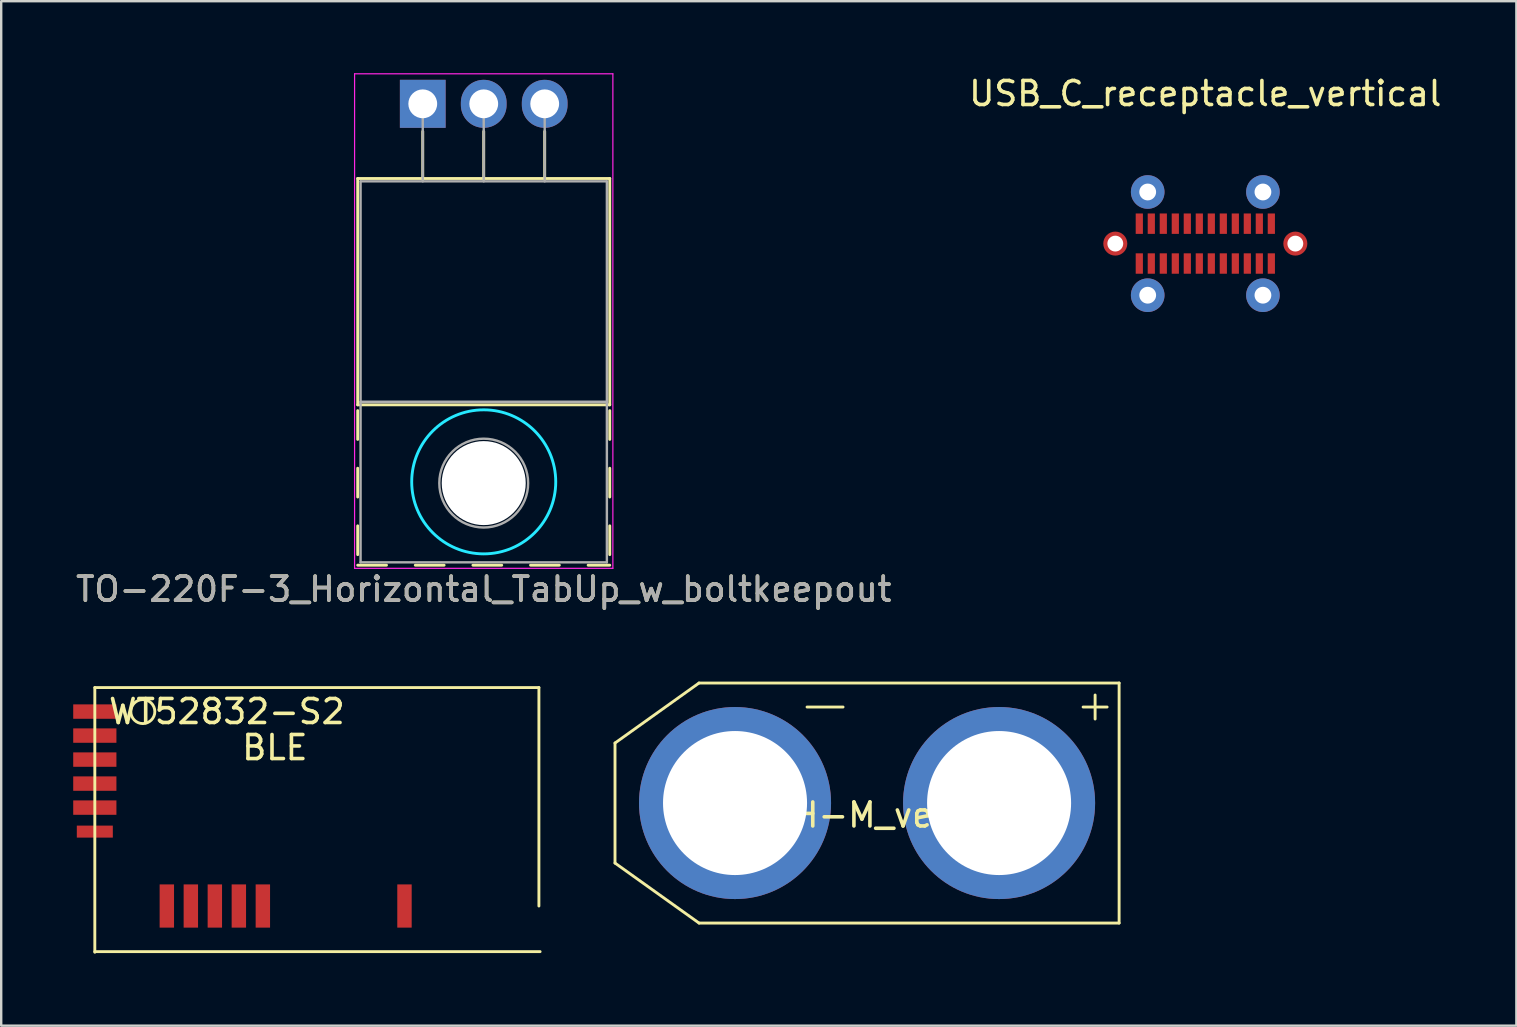
<source format=kicad_pcb>
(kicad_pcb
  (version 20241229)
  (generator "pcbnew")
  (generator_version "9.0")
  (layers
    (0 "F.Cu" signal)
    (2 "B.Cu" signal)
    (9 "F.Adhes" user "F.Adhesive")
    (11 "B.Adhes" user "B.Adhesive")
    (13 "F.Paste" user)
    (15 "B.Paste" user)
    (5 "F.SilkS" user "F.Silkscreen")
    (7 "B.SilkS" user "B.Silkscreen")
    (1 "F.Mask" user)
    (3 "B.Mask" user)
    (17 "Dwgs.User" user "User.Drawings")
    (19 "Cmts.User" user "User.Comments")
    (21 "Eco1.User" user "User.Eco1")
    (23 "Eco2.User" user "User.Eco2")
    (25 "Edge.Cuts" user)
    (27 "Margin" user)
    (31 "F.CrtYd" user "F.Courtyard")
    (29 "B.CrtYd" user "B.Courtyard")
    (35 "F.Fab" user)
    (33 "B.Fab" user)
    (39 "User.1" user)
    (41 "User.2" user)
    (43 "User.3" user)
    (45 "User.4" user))
  (footprint "USB_C_receptacle_vertical"
    (layer "F.Cu")
    (at 47.161 7.098)
    (property "Reference" "USB_C_receptacle_vertical" (at 0 -6.25 0) (layer "F.SilkS") (effects (font (size 1 1) (thickness 0.15))))
    (attr through_hole)
    (pad "" np_thru_hole circle (at -3.75 0) (size 1 1) (drill 0.66) (layers "F.Cu"))
    (pad "" np_thru_hole circle (at 3.75 0 180) (size 1 1) (drill 0.66) (layers "F.Cu"))
    (pad "A1" smd rect (at -2.75 -0.83) (size 0.3 0.85) (layers "F.Cu" "F.Mask" "F.Paste"))
    (pad "A2" smd rect (at -2.25 -0.83) (size 0.3 0.85) (layers "F.Cu" "F.Mask" "F.Paste"))
    (pad "A3" smd rect (at -1.75 -0.83) (size 0.3 0.85) (layers "F.Cu" "F.Mask" "F.Paste"))
    (pad "A4" smd rect (at -1.25 -0.83) (size 0.3 0.85) (layers "F.Cu" "F.Mask" "F.Paste"))
    (pad "A5" smd rect (at -0.75 -0.83) (size 0.3 0.85) (layers "F.Cu" "F.Mask" "F.Paste"))
    (pad "A6" smd rect (at -0.25 -0.83) (size 0.3 0.85) (layers "F.Cu" "F.Mask" "F.Paste"))
    (pad "A7" smd rect (at 0.25 -0.83) (size 0.3 0.85) (layers "F.Cu" "F.Mask" "F.Paste"))
    (pad "A8" smd rect (at 0.75 -0.83) (size 0.3 0.85) (layers "F.Cu" "F.Mask" "F.Paste"))
    (pad "A9" smd rect (at 1.25 -0.83) (size 0.3 0.85) (layers "F.Cu" "F.Mask" "F.Paste"))
    (pad "A10" smd rect (at 1.75 -0.83) (size 0.3 0.85) (layers "F.Cu" "F.Mask" "F.Paste"))
    (pad "A11" smd rect (at 2.25 -0.83) (size 0.3 0.85) (layers "F.Cu" "F.Mask" "F.Paste"))
    (pad "A12" smd rect (at 2.75 -0.83) (size 0.3 0.85) (layers "F.Cu" "F.Mask" "F.Paste"))
    (pad "B1" smd rect (at 2.75 0.83 180) (size 0.3 0.85) (layers "F.Cu" "F.Mask" "F.Paste"))
    (pad "B2" smd rect (at 2.25 0.83 180) (size 0.3 0.85) (layers "F.Cu" "F.Mask" "F.Paste"))
    (pad "B3" smd rect (at 1.75 0.83 180) (size 0.3 0.85) (layers "F.Cu" "F.Mask" "F.Paste"))
    (pad "B4" smd rect (at 1.25 0.83 180) (size 0.3 0.85) (layers "F.Cu" "F.Mask" "F.Paste"))
    (pad "B5" smd rect (at 0.75 0.83 180) (size 0.3 0.85) (layers "F.Cu" "F.Mask" "F.Paste"))
    (pad "B6" smd rect (at 0.25 0.83 180) (size 0.3 0.85) (layers "F.Cu" "F.Mask" "F.Paste"))
    (pad "B7" smd rect (at -0.25 0.83 180) (size 0.3 0.85) (layers "F.Cu" "F.Mask" "F.Paste"))
    (pad "B8" smd rect (at -0.75 0.83 180) (size 0.3 0.85) (layers "F.Cu" "F.Mask" "F.Paste"))
    (pad "B9" smd rect (at -1.25 0.83 180) (size 0.3 0.85) (layers "F.Cu" "F.Mask" "F.Paste"))
    (pad "B10" smd rect (at -1.75 0.83 180) (size 0.3 0.85) (layers "F.Cu" "F.Mask" "F.Paste"))
    (pad "B11" smd rect (at -2.25 0.83 180) (size 0.3 0.85) (layers "F.Cu" "F.Mask" "F.Paste"))
    (pad "B12" smd rect (at -2.75 0.83 180) (size 0.3 0.85) (layers "F.Cu" "F.Mask" "F.Paste"))
    (pad "S1" thru_hole circle (at -2.4 -2.15) (size 1.4 1.4) (drill 0.7) (layers "*.Cu" "*.Mask"))
    (pad "S1" thru_hole circle (at -2.4 2.15) (size 1.4 1.4) (drill 0.7) (layers "*.Cu" "*.Mask"))
    (pad "S1" thru_hole circle (at 2.4 -2.15) (size 1.4 1.4) (drill 0.7) (layers "*.Cu" "*.Mask"))
    (pad "S1" thru_hole circle (at 2.4 2.15 180) (size 1.4 1.4) (drill 0.7) (layers "*.Cu" "*.Mask")))
  (footprint "WT52832-S2"
    (layer "F.Cu")
    (at 0.9 25.593)
    (property "Reference" "WT52832-S2" (at 5.5 1 0) (layer "F.SilkS") (effects (font (size 1 1) (thickness 0.15))))
    (attr through_hole)
    (fp_line (start 0 0) (end 18.5 0) (stroke (width 0.12) (type solid)) (layer "F.SilkS"))
    (fp_line (start 0 11.025) (end 0 0) (stroke (width 0.12) (type solid)) (layer "F.SilkS"))
    (fp_line (start 18.5 0) (end 18.5 9.1) (stroke (width 0.12) (type solid)) (layer "F.SilkS"))
    (fp_line (start 18.55 11) (end 0 11) (stroke (width 0.12) (type solid)) (layer "F.SilkS"))
    (fp_circle (center 2 1) (end 1.5 1) (stroke (width 0.12) (type solid)) (fill no) (layer "F.SilkS"))
    (fp_text user "BLE" (at 7.5 2.5 0) (layer "F.SilkS") (effects (font (size 1 1) (thickness 0.15))))
    (pad "P1" smd rect (at 0 1) (size 1.8 0.6) (layers "F.Cu" "F.Mask" "F.Paste"))
    (pad "P2" smd rect (at 0 2) (size 1.8 0.6) (layers "F.Cu" "F.Mask" "F.Paste"))
    (pad "P3" smd rect (at 0 3) (size 1.8 0.6) (layers "F.Cu" "F.Mask" "F.Paste"))
    (pad "P4" smd rect (at 0 4) (size 1.8 0.6) (layers "F.Cu" "F.Mask" "F.Paste"))
    (pad "P5" smd rect (at 0 5) (size 1.8 0.6) (layers "F.Cu" "F.Mask" "F.Paste"))
    (pad "P6" smd rect (at 0 6) (size 1.5 0.5) (layers "F.Cu" "F.Mask" "F.Paste"))
    (pad "P7" smd rect (at 3 9.1 90) (size 1.8 0.6) (layers "F.Cu" "F.Mask" "F.Paste"))
    (pad "P8" smd rect (at 4 9.1 90) (size 1.8 0.6) (layers "F.Cu" "F.Mask" "F.Paste"))
    (pad "P9" smd rect (at 5 9.1 90) (size 1.8 0.6) (layers "F.Cu" "F.Mask" "F.Paste"))
    (pad "P10" smd rect (at 6 9.1 90) (size 1.8 0.6) (layers "F.Cu" "F.Mask" "F.Paste"))
    (pad "P11" smd rect (at 7 9.1 90) (size 1.8 0.6) (layers "F.Cu" "F.Mask" "F.Paste"))
    (pad "P12" smd rect (at 12.9 9.1 90) (size 1.8 0.6) (layers "F.Cu" "F.Mask" "F.Paste")))
  (footprint "XT90H-M_vertical"
    (layer "F.Cu")
    (at 33.07 30.403)
    (property "Reference" "XT90H-M_vertical" (at 0 0.5 0) (layer "F.SilkS") (effects (font (size 1 1) (thickness 0.15))))
    (attr through_hole)
    (fp_line (start -10.5 -2.5) (end -10.5 2.5) (stroke (width 0.12) (type solid)) (layer "F.SilkS"))
    (fp_line (start -7 -5) (end -10.5 -2.5) (stroke (width 0.12) (type solid)) (layer "F.SilkS"))
    (fp_line (start -7 -5) (end 10.5 -5) (stroke (width 0.12) (type solid)) (layer "F.SilkS"))
    (fp_line (start -7 5) (end -10.5 2.5) (stroke (width 0.12) (type solid)) (layer "F.SilkS"))
    (fp_line (start -2.5 -4) (end -1 -4) (stroke (width 0.12) (type solid)) (layer "F.SilkS"))
    (fp_line (start 9 -4) (end 10 -4) (stroke (width 0.12) (type solid)) (layer "F.SilkS"))
    (fp_line (start 9.5 -4.5) (end 9.5 -3.5) (stroke (width 0.12) (type solid)) (layer "F.SilkS"))
    (fp_line (start 10.5 -5) (end 10.5 5) (stroke (width 0.12) (type solid)) (layer "F.SilkS"))
    (fp_line (start 10.5 5) (end -7 5) (stroke (width 0.12) (type solid)) (layer "F.SilkS"))
    (pad "1" thru_hole circle (at 5.5 0) (size 8 8) (drill 6) (layers "*.Cu" "*.Mask"))
    (pad "2" thru_hole circle (at -5.5 0) (size 8 8) (drill 6) (layers "*.Cu" "*.Mask")))
  (footprint "TO-220F-3_Horizontal_TabUp_w_boltkeepout"
    (layer "F.Cu")
    (at 14.561 1.275)
    (property "Reference" "TO-220F-3_Horizontal_TabUp_w_boltkeepout" (at 2.54 20.22 0) (layer "F.SilkS") (effects (font (size 1 1) (thickness 0.15))))
    (attr through_hole)
    (fp_line (start -2.71 3.11) (end -2.71 12.54) (stroke (width 0.12) (type solid)) (layer "F.SilkS"))
    (fp_line (start -2.71 3.11) (end 7.79 3.11) (stroke (width 0.12) (type solid)) (layer "F.SilkS"))
    (fp_line (start -2.71 12.54) (end 7.79 12.54) (stroke (width 0.12) (type solid)) (layer "F.SilkS"))
    (fp_line (start -2.71 12.78) (end -2.71 13.98) (stroke (width 0.12) (type solid)) (layer "F.SilkS"))
    (fp_line (start -2.71 15.18) (end -2.71 16.38) (stroke (width 0.12) (type solid)) (layer "F.SilkS"))
    (fp_line (start -2.71 17.58) (end -2.71 18.78) (stroke (width 0.12) (type solid)) (layer "F.SilkS"))
    (fp_line (start -2.71 19.22) (end -1.51 19.22) (stroke (width 0.12) (type solid)) (layer "F.SilkS"))
    (fp_line (start -0.311 19.22) (end 0.89 19.22) (stroke (width 0.12) (type solid)) (layer "F.SilkS"))
    (fp_line (start 0 1.15) (end 0 3.11) (stroke (width 0.12) (type solid)) (layer "F.SilkS"))
    (fp_line (start 2.09 19.22) (end 3.29 19.22) (stroke (width 0.12) (type solid)) (layer "F.SilkS"))
    (fp_line (start 2.54 1.15) (end 2.54 3.11) (stroke (width 0.12) (type solid)) (layer "F.SilkS"))
    (fp_line (start 4.49 19.22) (end 5.69 19.22) (stroke (width 0.12) (type solid)) (layer "F.SilkS"))
    (fp_line (start 5.08 1.15) (end 5.08 3.11) (stroke (width 0.12) (type solid)) (layer "F.SilkS"))
    (fp_line (start 6.89 19.22) (end 7.79 19.22) (stroke (width 0.12) (type solid)) (layer "F.SilkS"))
    (fp_line (start 7.79 3.11) (end 7.79 12.54) (stroke (width 0.12) (type solid)) (layer "F.SilkS"))
    (fp_line (start 7.79 12.78) (end 7.79 13.98) (stroke (width 0.12) (type solid)) (layer "F.SilkS"))
    (fp_line (start 7.79 15.18) (end 7.79 16.38) (stroke (width 0.12) (type solid)) (layer "F.SilkS"))
    (fp_line (start 7.79 17.58) (end 7.79 18.78) (stroke (width 0.12) (type solid)) (layer "F.SilkS"))
    (fp_circle (center 2.54 15.748) (end 5.54 15.748) (stroke (width 0.12) (type solid)) (fill no) (layer "B.CrtYd"))
    (fp_line (start -2.84 -1.25) (end -2.84 19.35) (stroke (width 0.05) (type solid)) (layer "F.CrtYd"))
    (fp_line (start -2.84 19.35) (end 7.92 19.35) (stroke (width 0.05) (type solid)) (layer "F.CrtYd"))
    (fp_line (start 7.92 -1.25) (end -2.84 -1.25) (stroke (width 0.05) (type solid)) (layer "F.CrtYd"))
    (fp_line (start 7.92 19.35) (end 7.92 -1.25) (stroke (width 0.05) (type solid)) (layer "F.CrtYd"))
    (fp_line (start -2.59 3.23) (end -2.59 12.42) (stroke (width 0.1) (type solid)) (layer "F.Fab"))
    (fp_line (start -2.59 12.42) (end -2.59 19.1) (stroke (width 0.1) (type solid)) (layer "F.Fab"))
    (fp_line (start -2.59 12.42) (end 7.67 12.42) (stroke (width 0.1) (type solid)) (layer "F.Fab"))
    (fp_line (start -2.59 19.1) (end 7.67 19.1) (stroke (width 0.1) (type solid)) (layer "F.Fab"))
    (fp_line (start 0 3.23) (end 0 0) (stroke (width 0.1) (type solid)) (layer "F.Fab"))
    (fp_line (start 2.54 3.23) (end 2.54 0) (stroke (width 0.1) (type solid)) (layer "F.Fab"))
    (fp_line (start 5.08 3.23) (end 5.08 0) (stroke (width 0.1) (type solid)) (layer "F.Fab"))
    (fp_line (start 7.67 3.23) (end -2.59 3.23) (stroke (width 0.1) (type solid)) (layer "F.Fab"))
    (fp_line (start 7.67 12.42) (end -2.59 12.42) (stroke (width 0.1) (type solid)) (layer "F.Fab"))
    (fp_line (start 7.67 12.42) (end 7.67 3.23) (stroke (width 0.1) (type solid)) (layer "F.Fab"))
    (fp_line (start 7.67 19.1) (end 7.67 12.42) (stroke (width 0.1) (type solid)) (layer "F.Fab"))
    (fp_circle (center 2.54 15.8) (end 4.39 15.8) (stroke (width 0.1) (type solid)) (fill no) (layer "F.Fab"))
    (fp_text user "${REFERENCE}" (at 2.54 20.22 0) (layer "F.Fab") (effects (font (size 1 1) (thickness 0.15))))
    (pad "" np_thru_hole oval (at 2.54 15.8) (size 3.5 3.5) (drill 3.5) (layers "*.Cu" "*.Mask"))
    (pad "1" thru_hole rect (at 0 0) (size 1.905 2) (drill 1.2) (layers "*.Cu" "*.Mask"))
    (pad "2" thru_hole oval (at 2.54 0) (size 1.905 2) (drill 1.2) (layers "*.Cu" "*.Mask"))
    (pad "3" thru_hole oval (at 5.08 0) (size 1.905 2) (drill 1.2) (layers "*.Cu" "*.Mask")))
  (gr_rect
    (start -3 -3)
    (end 60.119 39.678)
    (stroke (width 0.1) (type default))
    (fill no)
    (layer "Edge.Cuts")))
</source>
